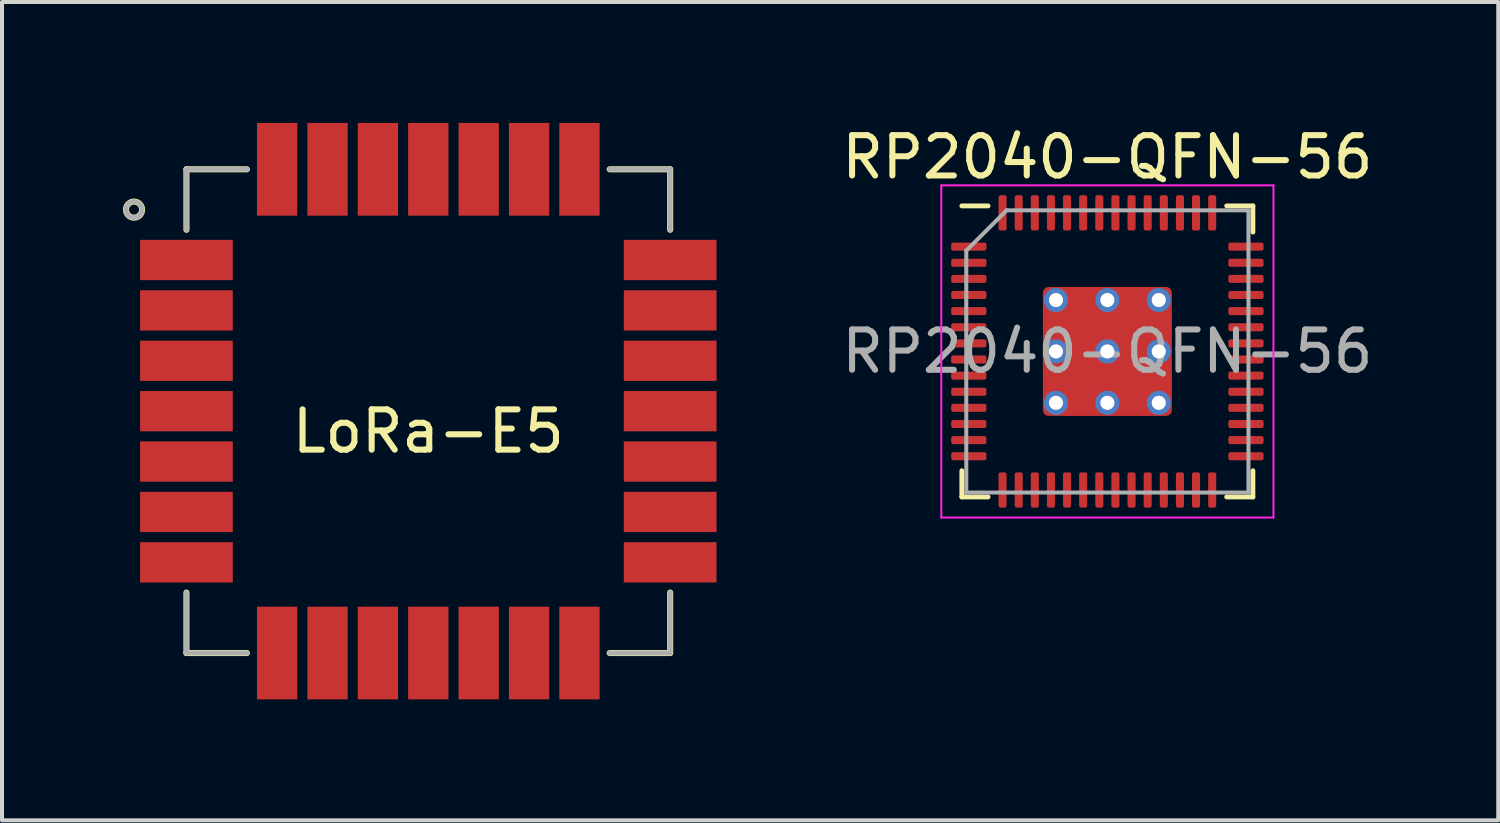
<source format=kicad_pcb>
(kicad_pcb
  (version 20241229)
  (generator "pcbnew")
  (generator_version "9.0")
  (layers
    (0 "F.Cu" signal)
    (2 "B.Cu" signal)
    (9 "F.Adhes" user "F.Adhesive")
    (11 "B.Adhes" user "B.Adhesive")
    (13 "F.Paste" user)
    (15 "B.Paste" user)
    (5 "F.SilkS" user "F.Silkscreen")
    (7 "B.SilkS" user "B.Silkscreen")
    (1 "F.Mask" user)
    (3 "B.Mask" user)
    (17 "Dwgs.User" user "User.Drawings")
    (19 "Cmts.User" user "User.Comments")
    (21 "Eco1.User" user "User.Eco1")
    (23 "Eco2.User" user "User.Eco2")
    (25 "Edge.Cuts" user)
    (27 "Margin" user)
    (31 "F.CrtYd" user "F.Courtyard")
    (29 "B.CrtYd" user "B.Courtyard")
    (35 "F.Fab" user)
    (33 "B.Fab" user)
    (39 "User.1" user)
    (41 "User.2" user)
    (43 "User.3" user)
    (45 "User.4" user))
  (footprint "LoRa-E5"
    (layer "F.Cu")
    (at 7.575 7.15)
    (property "Reference" "LoRa-E5" (at 0 0.5 0) (layer "F.SilkS") (effects (font (size 1 1) (thickness 0.15))))
    (attr through_hole)
    (fp_line (start -6 -6) (end -6 -4.5) (stroke (width 0.15) (type solid)) (layer "F.SilkS"))
    (fp_line (start -6 -6) (end -4.5 -6) (stroke (width 0.15) (type solid)) (layer "F.SilkS"))
    (fp_line (start -6 4.5) (end -6 6) (stroke (width 0.15) (type solid)) (layer "F.SilkS"))
    (fp_line (start -6 6) (end -4.5 6) (stroke (width 0.15) (type solid)) (layer "F.SilkS"))
    (fp_line (start 4.5 6) (end 6 6) (stroke (width 0.15) (type solid)) (layer "F.SilkS"))
    (fp_line (start 6 -6) (end 4.5 -6) (stroke (width 0.15) (type solid)) (layer "F.SilkS"))
    (fp_line (start 6 -6) (end 6 -4.5) (stroke (width 0.15) (type solid)) (layer "F.SilkS"))
    (fp_line (start 6 6) (end 6 4.5) (stroke (width 0.15) (type solid)) (layer "F.SilkS"))
    (fp_circle (center -7.3 -5) (end -7.3 -4.8) (stroke (width 0.15) (type solid)) (fill no) (layer "F.SilkS"))
    (fp_line (start -6 -6) (end -6 -4.5) (stroke (width 0.12) (type solid)) (layer "F.Fab"))
    (fp_line (start -6 -6) (end -4.5 -6) (stroke (width 0.12) (type solid)) (layer "F.Fab"))
    (fp_line (start -6 4.5) (end -6 6) (stroke (width 0.12) (type solid)) (layer "F.Fab"))
    (fp_line (start -6 6) (end -4.5 6) (stroke (width 0.12) (type solid)) (layer "F.Fab"))
    (fp_line (start 4.5 6) (end 6 6) (stroke (width 0.12) (type solid)) (layer "F.Fab"))
    (fp_line (start 6 -6) (end 4.5 -6) (stroke (width 0.12) (type solid)) (layer "F.Fab"))
    (fp_line (start 6 -6) (end 6 -4.5) (stroke (width 0.12) (type solid)) (layer "F.Fab"))
    (fp_line (start 6 6) (end 6 4.5) (stroke (width 0.12) (type solid)) (layer "F.Fab"))
    (fp_circle (center -7.3 -5) (end -7.3 -4.8) (stroke (width 0.12) (type solid)) (fill no) (layer "F.Fab"))
    (pad "1" smd rect (at -6 -3.75 90) (size 1 2.3) (layers "F.Cu" "F.Mask" "F.Paste"))
    (pad "2" smd rect (at -6 -2.5 90) (size 1 2.3) (layers "F.Cu" "F.Mask" "F.Paste"))
    (pad "3" smd rect (at -6 -1.25 90) (size 1 2.3) (layers "F.Cu" "F.Mask" "F.Paste"))
    (pad "4" smd rect (at -6 0 90) (size 1 2.3) (layers "F.Cu" "F.Mask" "F.Paste"))
    (pad "5" smd rect (at -6 1.25 90) (size 1 2.3) (layers "F.Cu" "F.Mask" "F.Paste"))
    (pad "6" smd rect (at -6 2.5 90) (size 1 2.3) (layers "F.Cu" "F.Mask" "F.Paste"))
    (pad "7" smd rect (at -6 3.75 90) (size 1 2.3) (layers "F.Cu" "F.Mask" "F.Paste"))
    (pad "8" smd rect (at -3.75 6 180) (size 1 2.3) (layers "F.Cu" "F.Mask" "F.Paste"))
    (pad "9" smd rect (at -2.5 6 180) (size 1 2.3) (layers "F.Cu" "F.Mask" "F.Paste"))
    (pad "10" smd rect (at -1.25 6 180) (size 1 2.3) (layers "F.Cu" "F.Mask" "F.Paste"))
    (pad "11" smd rect (at 0 6 180) (size 1 2.3) (layers "F.Cu" "F.Mask" "F.Paste"))
    (pad "12" smd rect (at 1.25 6 180) (size 1 2.3) (layers "F.Cu" "F.Mask" "F.Paste"))
    (pad "13" smd rect (at 2.5 6 180) (size 1 2.3) (layers "F.Cu" "F.Mask" "F.Paste"))
    (pad "14" smd rect (at 3.75 6 180) (size 1 2.3) (layers "F.Cu" "F.Mask" "F.Paste"))
    (pad "15" smd rect (at 6 3.75 270) (size 1 2.3) (layers "F.Cu" "F.Mask" "F.Paste"))
    (pad "16" smd rect (at 6 2.5 270) (size 1 2.3) (layers "F.Cu" "F.Mask" "F.Paste"))
    (pad "17" smd rect (at 6 1.25 270) (size 1 2.3) (layers "F.Cu" "F.Mask" "F.Paste"))
    (pad "18" smd rect (at 6 0 270) (size 1 2.3) (layers "F.Cu" "F.Mask" "F.Paste"))
    (pad "19" smd rect (at 6 -1.25 270) (size 1 2.3) (layers "F.Cu" "F.Mask" "F.Paste"))
    (pad "20" smd rect (at 6 -2.5 270) (size 1 2.3) (layers "F.Cu" "F.Mask" "F.Paste"))
    (pad "21" smd rect (at 6 -3.75 270) (size 1 2.3) (layers "F.Cu" "F.Mask" "F.Paste"))
    (pad "22" smd rect (at 3.75 -6) (size 1 2.3) (layers "F.Cu" "F.Mask" "F.Paste"))
    (pad "23" smd rect (at 2.5 -6) (size 1 2.3) (layers "F.Cu" "F.Mask" "F.Paste"))
    (pad "24" smd rect (at 1.25 -6) (size 1 2.3) (layers "F.Cu" "F.Mask" "F.Paste"))
    (pad "25" smd rect (at 0 -6) (size 1 2.3) (layers "F.Cu" "F.Mask" "F.Paste"))
    (pad "26" smd rect (at -1.25 -6) (size 1 2.3) (layers "F.Cu" "F.Mask" "F.Paste"))
    (pad "27" smd rect (at -2.5 -6) (size 1 2.3) (layers "F.Cu" "F.Mask" "F.Paste"))
    (pad "28" smd rect (at -3.75 -6) (size 1 2.3) (layers "F.Cu" "F.Mask" "F.Paste")))
  (footprint "RP2040-QFN-56"
    (layer "F.Cu")
    (at 24.421 5.668)
    (property "Reference" "RP2040-QFN-56" (at 0 -4.82 0) (layer "F.SilkS") (effects (font (size 1 1) (thickness 0.15))))
    (attr smd)
    (fp_line (start -3.61 3.61) (end -3.61 2.96) (stroke (width 0.12) (type solid)) (layer "F.SilkS"))
    (fp_line (start -2.96 -3.61) (end -3.61 -3.61) (stroke (width 0.12) (type solid)) (layer "F.SilkS"))
    (fp_line (start -2.96 3.61) (end -3.61 3.61) (stroke (width 0.12) (type solid)) (layer "F.SilkS"))
    (fp_line (start 2.96 -3.61) (end 3.61 -3.61) (stroke (width 0.12) (type solid)) (layer "F.SilkS"))
    (fp_line (start 2.96 3.61) (end 3.61 3.61) (stroke (width 0.12) (type solid)) (layer "F.SilkS"))
    (fp_line (start 3.61 -3.61) (end 3.61 -2.96) (stroke (width 0.12) (type solid)) (layer "F.SilkS"))
    (fp_line (start 3.61 3.61) (end 3.61 2.96) (stroke (width 0.12) (type solid)) (layer "F.SilkS"))
    (fp_line (start -4.12 -4.12) (end -4.12 4.12) (stroke (width 0.05) (type solid)) (layer "F.CrtYd"))
    (fp_line (start -4.12 4.12) (end 4.12 4.12) (stroke (width 0.05) (type solid)) (layer "F.CrtYd"))
    (fp_line (start 4.12 -4.12) (end -4.12 -4.12) (stroke (width 0.05) (type solid)) (layer "F.CrtYd"))
    (fp_line (start 4.12 4.12) (end 4.12 -4.12) (stroke (width 0.05) (type solid)) (layer "F.CrtYd"))
    (fp_line (start -3.5 -2.5) (end -2.5 -3.5) (stroke (width 0.1) (type solid)) (layer "F.Fab"))
    (fp_line (start -3.5 3.5) (end -3.5 -2.5) (stroke (width 0.1) (type solid)) (layer "F.Fab"))
    (fp_line (start -2.5 -3.5) (end 3.5 -3.5) (stroke (width 0.1) (type solid)) (layer "F.Fab"))
    (fp_line (start 3.5 -3.5) (end 3.5 3.5) (stroke (width 0.1) (type solid)) (layer "F.Fab"))
    (fp_line (start 3.5 3.5) (end -3.5 3.5) (stroke (width 0.1) (type solid)) (layer "F.Fab"))
    (fp_text user "${REFERENCE}" (at 0 0 0) (layer "F.Fab") (effects (font (size 1 1) (thickness 0.15))))
    (pad "" smd roundrect (at -0.637 -0.637) (size 1.084 1.084) (layers "F.Paste") (roundrect_rratio 0.231))
    (pad "" smd roundrect (at -0.637 0.637) (size 1.084 1.084) (layers "F.Paste") (roundrect_rratio 0.231))
    (pad "" smd roundrect (at 0.637 -0.637) (size 1.084 1.084) (layers "F.Paste") (roundrect_rratio 0.231))
    (pad "" smd roundrect (at 0.637 0.637) (size 1.084 1.084) (layers "F.Paste") (roundrect_rratio 0.231))
    (pad "1" smd roundrect (at -3.438 -2.6) (size 0.875 0.2) (layers "F.Cu" "F.Mask" "F.Paste") (roundrect_rratio 0.25))
    (pad "2" smd roundrect (at -3.438 -2.2) (size 0.875 0.2) (layers "F.Cu" "F.Mask" "F.Paste") (roundrect_rratio 0.25))
    (pad "3" smd roundrect (at -3.438 -1.8) (size 0.875 0.2) (layers "F.Cu" "F.Mask" "F.Paste") (roundrect_rratio 0.25))
    (pad "4" smd roundrect (at -3.438 -1.4) (size 0.875 0.2) (layers "F.Cu" "F.Mask" "F.Paste") (roundrect_rratio 0.25))
    (pad "5" smd roundrect (at -3.438 -1) (size 0.875 0.2) (layers "F.Cu" "F.Mask" "F.Paste") (roundrect_rratio 0.25))
    (pad "6" smd roundrect (at -3.438 -0.6) (size 0.875 0.2) (layers "F.Cu" "F.Mask" "F.Paste") (roundrect_rratio 0.25))
    (pad "7" smd roundrect (at -3.438 -0.2) (size 0.875 0.2) (layers "F.Cu" "F.Mask" "F.Paste") (roundrect_rratio 0.25))
    (pad "8" smd roundrect (at -3.438 0.2) (size 0.875 0.2) (layers "F.Cu" "F.Mask" "F.Paste") (roundrect_rratio 0.25))
    (pad "9" smd roundrect (at -3.438 0.6) (size 0.875 0.2) (layers "F.Cu" "F.Mask" "F.Paste") (roundrect_rratio 0.25))
    (pad "10" smd roundrect (at -3.438 1) (size 0.875 0.2) (layers "F.Cu" "F.Mask" "F.Paste") (roundrect_rratio 0.25))
    (pad "11" smd roundrect (at -3.438 1.4) (size 0.875 0.2) (layers "F.Cu" "F.Mask" "F.Paste") (roundrect_rratio 0.25))
    (pad "12" smd roundrect (at -3.438 1.8) (size 0.875 0.2) (layers "F.Cu" "F.Mask" "F.Paste") (roundrect_rratio 0.25))
    (pad "13" smd roundrect (at -3.438 2.2) (size 0.875 0.2) (layers "F.Cu" "F.Mask" "F.Paste") (roundrect_rratio 0.25))
    (pad "14" smd roundrect (at -3.438 2.6) (size 0.875 0.2) (layers "F.Cu" "F.Mask" "F.Paste") (roundrect_rratio 0.25))
    (pad "15" smd roundrect (at -2.6 3.438) (size 0.2 0.875) (layers "F.Cu" "F.Mask" "F.Paste") (roundrect_rratio 0.25))
    (pad "16" smd roundrect (at -2.2 3.438) (size 0.2 0.875) (layers "F.Cu" "F.Mask" "F.Paste") (roundrect_rratio 0.25))
    (pad "17" smd roundrect (at -1.8 3.438) (size 0.2 0.875) (layers "F.Cu" "F.Mask" "F.Paste") (roundrect_rratio 0.25))
    (pad "18" smd roundrect (at -1.4 3.438) (size 0.2 0.875) (layers "F.Cu" "F.Mask" "F.Paste") (roundrect_rratio 0.25))
    (pad "19" smd roundrect (at -1 3.438) (size 0.2 0.875) (layers "F.Cu" "F.Mask" "F.Paste") (roundrect_rratio 0.25))
    (pad "20" smd roundrect (at -0.6 3.438) (size 0.2 0.875) (layers "F.Cu" "F.Mask" "F.Paste") (roundrect_rratio 0.25))
    (pad "21" smd roundrect (at -0.2 3.438) (size 0.2 0.875) (layers "F.Cu" "F.Mask" "F.Paste") (roundrect_rratio 0.25))
    (pad "22" smd roundrect (at 0.2 3.438) (size 0.2 0.875) (layers "F.Cu" "F.Mask" "F.Paste") (roundrect_rratio 0.25))
    (pad "23" smd roundrect (at 0.6 3.438) (size 0.2 0.875) (layers "F.Cu" "F.Mask" "F.Paste") (roundrect_rratio 0.25))
    (pad "24" smd roundrect (at 1 3.438) (size 0.2 0.875) (layers "F.Cu" "F.Mask" "F.Paste") (roundrect_rratio 0.25))
    (pad "25" smd roundrect (at 1.4 3.438) (size 0.2 0.875) (layers "F.Cu" "F.Mask" "F.Paste") (roundrect_rratio 0.25))
    (pad "26" smd roundrect (at 1.8 3.438) (size 0.2 0.875) (layers "F.Cu" "F.Mask" "F.Paste") (roundrect_rratio 0.25))
    (pad "27" smd roundrect (at 2.2 3.438) (size 0.2 0.875) (layers "F.Cu" "F.Mask" "F.Paste") (roundrect_rratio 0.25))
    (pad "28" smd roundrect (at 2.6 3.438) (size 0.2 0.875) (layers "F.Cu" "F.Mask" "F.Paste") (roundrect_rratio 0.25))
    (pad "29" smd roundrect (at 3.438 2.6) (size 0.875 0.2) (layers "F.Cu" "F.Mask" "F.Paste") (roundrect_rratio 0.25))
    (pad "30" smd roundrect (at 3.438 2.2) (size 0.875 0.2) (layers "F.Cu" "F.Mask" "F.Paste") (roundrect_rratio 0.25))
    (pad "31" smd roundrect (at 3.438 1.8) (size 0.875 0.2) (layers "F.Cu" "F.Mask" "F.Paste") (roundrect_rratio 0.25))
    (pad "32" smd roundrect (at 3.438 1.4) (size 0.875 0.2) (layers "F.Cu" "F.Mask" "F.Paste") (roundrect_rratio 0.25))
    (pad "33" smd roundrect (at 3.438 1) (size 0.875 0.2) (layers "F.Cu" "F.Mask" "F.Paste") (roundrect_rratio 0.25))
    (pad "34" smd roundrect (at 3.438 0.6) (size 0.875 0.2) (layers "F.Cu" "F.Mask" "F.Paste") (roundrect_rratio 0.25))
    (pad "35" smd roundrect (at 3.438 0.2) (size 0.875 0.2) (layers "F.Cu" "F.Mask" "F.Paste") (roundrect_rratio 0.25))
    (pad "36" smd roundrect (at 3.438 -0.2) (size 0.875 0.2) (layers "F.Cu" "F.Mask" "F.Paste") (roundrect_rratio 0.25))
    (pad "37" smd roundrect (at 3.438 -0.6) (size 0.875 0.2) (layers "F.Cu" "F.Mask" "F.Paste") (roundrect_rratio 0.25))
    (pad "38" smd roundrect (at 3.438 -1) (size 0.875 0.2) (layers "F.Cu" "F.Mask" "F.Paste") (roundrect_rratio 0.25))
    (pad "39" smd roundrect (at 3.438 -1.4) (size 0.875 0.2) (layers "F.Cu" "F.Mask" "F.Paste") (roundrect_rratio 0.25))
    (pad "40" smd roundrect (at 3.438 -1.8) (size 0.875 0.2) (layers "F.Cu" "F.Mask" "F.Paste") (roundrect_rratio 0.25))
    (pad "41" smd roundrect (at 3.438 -2.2) (size 0.875 0.2) (layers "F.Cu" "F.Mask" "F.Paste") (roundrect_rratio 0.25))
    (pad "42" smd roundrect (at 3.438 -2.6) (size 0.875 0.2) (layers "F.Cu" "F.Mask" "F.Paste") (roundrect_rratio 0.25))
    (pad "43" smd roundrect (at 2.6 -3.438) (size 0.2 0.875) (layers "F.Cu" "F.Mask" "F.Paste") (roundrect_rratio 0.25))
    (pad "44" smd roundrect (at 2.2 -3.438) (size 0.2 0.875) (layers "F.Cu" "F.Mask" "F.Paste") (roundrect_rratio 0.25))
    (pad "45" smd roundrect (at 1.8 -3.438) (size 0.2 0.875) (layers "F.Cu" "F.Mask" "F.Paste") (roundrect_rratio 0.25))
    (pad "46" smd roundrect (at 1.4 -3.438) (size 0.2 0.875) (layers "F.Cu" "F.Mask" "F.Paste") (roundrect_rratio 0.25))
    (pad "47" smd roundrect (at 1 -3.438) (size 0.2 0.875) (layers "F.Cu" "F.Mask" "F.Paste") (roundrect_rratio 0.25))
    (pad "48" smd roundrect (at 0.6 -3.438) (size 0.2 0.875) (layers "F.Cu" "F.Mask" "F.Paste") (roundrect_rratio 0.25))
    (pad "49" smd roundrect (at 0.2 -3.438) (size 0.2 0.875) (layers "F.Cu" "F.Mask" "F.Paste") (roundrect_rratio 0.25))
    (pad "50" smd roundrect (at -0.2 -3.438) (size 0.2 0.875) (layers "F.Cu" "F.Mask" "F.Paste") (roundrect_rratio 0.25))
    (pad "51" smd roundrect (at -0.6 -3.438) (size 0.2 0.875) (layers "F.Cu" "F.Mask" "F.Paste") (roundrect_rratio 0.25))
    (pad "52" smd roundrect (at -1 -3.438) (size 0.2 0.875) (layers "F.Cu" "F.Mask" "F.Paste") (roundrect_rratio 0.25))
    (pad "53" smd roundrect (at -1.4 -3.438) (size 0.2 0.875) (layers "F.Cu" "F.Mask" "F.Paste") (roundrect_rratio 0.25))
    (pad "54" smd roundrect (at -1.8 -3.438) (size 0.2 0.875) (layers "F.Cu" "F.Mask" "F.Paste") (roundrect_rratio 0.25))
    (pad "55" smd roundrect (at -2.2 -3.438) (size 0.2 0.875) (layers "F.Cu" "F.Mask" "F.Paste") (roundrect_rratio 0.25))
    (pad "56" smd roundrect (at -2.6 -3.438) (size 0.2 0.875) (layers "F.Cu" "F.Mask" "F.Paste") (roundrect_rratio 0.25))
    (pad "57" thru_hole circle (at -1.275 -1.275) (size 0.6 0.6) (drill 0.35) (layers "*.Cu"))
    (pad "57" thru_hole circle (at -1.275 0) (size 0.6 0.6) (drill 0.35) (layers "*.Cu"))
    (pad "57" thru_hole circle (at -1.275 1.275) (size 0.6 0.6) (drill 0.35) (layers "*.Cu"))
    (pad "57" thru_hole circle (at 0 -1.275) (size 0.6 0.6) (drill 0.35) (layers "*.Cu"))
    (pad "57" thru_hole circle (at 0 0) (size 0.6 0.6) (drill 0.35) (layers "*.Cu"))
    (pad "57" smd roundrect (at 0 0) (size 3.2 3.2) (layers "F.Cu" "F.Mask") (roundrect_rratio 0.045))
    (pad "57" thru_hole circle (at 0 1.275) (size 0.6 0.6) (drill 0.35) (layers "*.Cu"))
    (pad "57" thru_hole circle (at 1.275 -1.275) (size 0.6 0.6) (drill 0.35) (layers "*.Cu"))
    (pad "57" thru_hole circle (at 1.275 0) (size 0.6 0.6) (drill 0.35) (layers "*.Cu"))
    (pad "57" thru_hole circle (at 1.275 1.275) (size 0.6 0.6) (drill 0.35) (layers "*.Cu")))
  (gr_rect
    (start -3 -3)
    (end 34.118 17.3)
    (stroke (width 0.1) (type default))
    (fill no)
    (layer "Edge.Cuts")))
</source>
